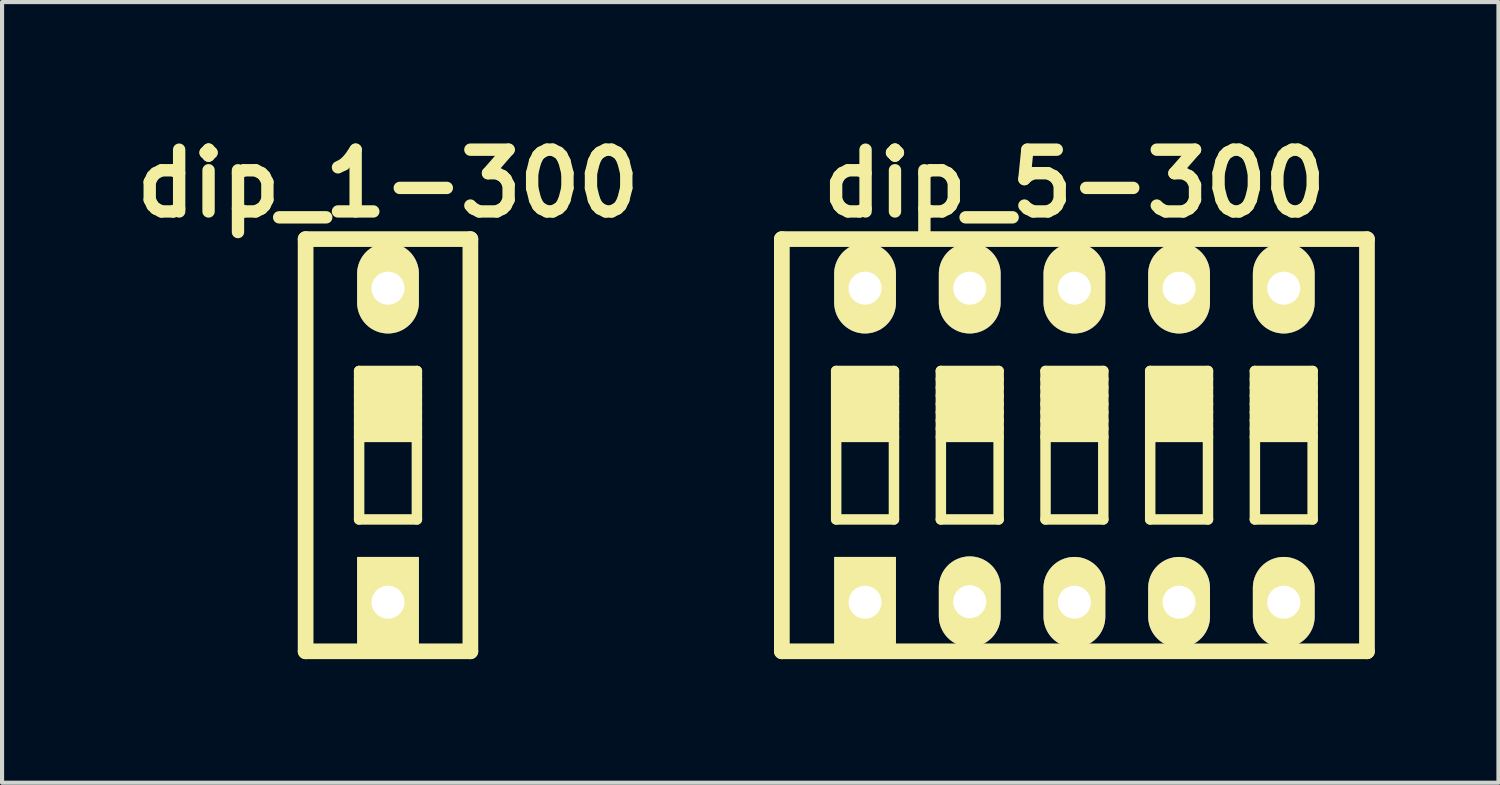
<source format=kicad_pcb>
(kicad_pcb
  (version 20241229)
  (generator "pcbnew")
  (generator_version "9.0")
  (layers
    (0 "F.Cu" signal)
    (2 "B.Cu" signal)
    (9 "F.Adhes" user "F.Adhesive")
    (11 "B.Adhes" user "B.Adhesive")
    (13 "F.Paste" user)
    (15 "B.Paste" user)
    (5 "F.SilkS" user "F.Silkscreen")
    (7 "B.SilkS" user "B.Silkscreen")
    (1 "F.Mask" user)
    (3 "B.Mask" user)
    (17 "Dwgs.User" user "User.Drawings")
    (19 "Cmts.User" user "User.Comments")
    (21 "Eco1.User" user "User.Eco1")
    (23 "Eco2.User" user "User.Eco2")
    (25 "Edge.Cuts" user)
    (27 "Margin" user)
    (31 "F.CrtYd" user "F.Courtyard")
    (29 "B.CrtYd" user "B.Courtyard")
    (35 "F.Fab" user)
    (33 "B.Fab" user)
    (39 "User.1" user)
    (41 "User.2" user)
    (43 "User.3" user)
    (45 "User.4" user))
  (footprint "dip_1-300"
    (layer "F.Cu")
    (at 6.365 7.753)
    (property "Reference" "dip_1-300" (at 0 -6.35 0) (layer "F.SilkS") (effects (font (size 1.499 1.499) (thickness 0.3))))
    (attr through_hole)
    (fp_line (start -1.999 -5.001) (end 1.999 -5.001) (stroke (width 0.381) (type solid)) (layer "F.SilkS"))
    (fp_line (start -1.999 5.001) (end -1.999 -5.001) (stroke (width 0.381) (type solid)) (layer "F.SilkS"))
    (fp_line (start -0.701 -1.801) (end -0.701 1.801) (stroke (width 0.254) (type solid)) (layer "F.SilkS"))
    (fp_line (start -0.701 -1.6) (end 0.701 -1.6) (stroke (width 0.254) (type solid)) (layer "F.SilkS"))
    (fp_line (start -0.701 -1.4) (end 0.701 -1.4) (stroke (width 0.254) (type solid)) (layer "F.SilkS"))
    (fp_line (start -0.701 -1.201) (end 0.701 -1.201) (stroke (width 0.254) (type solid)) (layer "F.SilkS"))
    (fp_line (start -0.701 -1.001) (end 0.701 -1.001) (stroke (width 0.254) (type solid)) (layer "F.SilkS"))
    (fp_line (start -0.701 -0.8) (end 0.701 -0.8) (stroke (width 0.254) (type solid)) (layer "F.SilkS"))
    (fp_line (start -0.701 -0.599) (end 0.701 -0.599) (stroke (width 0.254) (type solid)) (layer "F.SilkS"))
    (fp_line (start -0.701 -0.401) (end 0.701 -0.401) (stroke (width 0.254) (type solid)) (layer "F.SilkS"))
    (fp_line (start -0.701 -0.201) (end 0.701 -0.201) (stroke (width 0.254) (type solid)) (layer "F.SilkS"))
    (fp_line (start -0.701 1.801) (end 0.701 1.801) (stroke (width 0.254) (type solid)) (layer "F.SilkS"))
    (fp_line (start 0.701 -1.801) (end -0.701 -1.801) (stroke (width 0.254) (type solid)) (layer "F.SilkS"))
    (fp_line (start 0.701 1.801) (end 0.701 -1.801) (stroke (width 0.254) (type solid)) (layer "F.SilkS"))
    (fp_line (start 1.999 -5.001) (end 1.999 5.001) (stroke (width 0.381) (type solid)) (layer "F.SilkS"))
    (fp_line (start 1.999 5.001) (end -1.999 5.001) (stroke (width 0.381) (type solid)) (layer "F.SilkS"))
    (pad "1" thru_hole rect (at 0 3.81) (size 1.499 2.197) (drill 0.8) (layers "*.Cu" "*.Mask" "F.SilkS"))
    (pad "2" thru_hole oval (at 0 -3.81) (size 1.499 2.197) (drill 0.8) (layers "*.Cu" "*.Mask" "F.SilkS")))
  (footprint "dip_5-300"
    (layer "F.Cu")
    (at 23.021 7.753)
    (property "Reference" "dip_5-300" (at 0 -6.35 0) (layer "F.SilkS") (effects (font (size 1.499 1.499) (thickness 0.3))))
    (attr through_hole)
    (fp_line (start -7.099 5.001) (end -7.099 -5.001) (stroke (width 0.381) (type solid)) (layer "F.SilkS"))
    (fp_line (start -7.099 5.001) (end 7.099 5.001) (stroke (width 0.381) (type solid)) (layer "F.SilkS"))
    (fp_line (start -5.781 -1.801) (end -5.781 1.801) (stroke (width 0.254) (type solid)) (layer "F.SilkS"))
    (fp_line (start -5.781 -1.6) (end -4.379 -1.6) (stroke (width 0.254) (type solid)) (layer "F.SilkS"))
    (fp_line (start -5.781 -1.4) (end -4.379 -1.4) (stroke (width 0.254) (type solid)) (layer "F.SilkS"))
    (fp_line (start -5.781 -1.201) (end -4.379 -1.201) (stroke (width 0.254) (type solid)) (layer "F.SilkS"))
    (fp_line (start -5.781 -1.001) (end -4.379 -1.001) (stroke (width 0.254) (type solid)) (layer "F.SilkS"))
    (fp_line (start -5.781 -0.8) (end -4.379 -0.8) (stroke (width 0.254) (type solid)) (layer "F.SilkS"))
    (fp_line (start -5.781 -0.599) (end -4.379 -0.599) (stroke (width 0.254) (type solid)) (layer "F.SilkS"))
    (fp_line (start -5.781 -0.401) (end -4.379 -0.401) (stroke (width 0.254) (type solid)) (layer "F.SilkS"))
    (fp_line (start -5.781 -0.201) (end -4.379 -0.201) (stroke (width 0.254) (type solid)) (layer "F.SilkS"))
    (fp_line (start -5.781 1.801) (end -4.379 1.801) (stroke (width 0.254) (type solid)) (layer "F.SilkS"))
    (fp_line (start -4.379 -1.801) (end -5.781 -1.801) (stroke (width 0.254) (type solid)) (layer "F.SilkS"))
    (fp_line (start -4.379 1.801) (end -4.379 -1.801) (stroke (width 0.254) (type solid)) (layer "F.SilkS"))
    (fp_line (start -3.241 -1.801) (end -3.241 1.801) (stroke (width 0.254) (type solid)) (layer "F.SilkS"))
    (fp_line (start -3.241 -1.6) (end -1.839 -1.6) (stroke (width 0.254) (type solid)) (layer "F.SilkS"))
    (fp_line (start -3.241 -1.4) (end -1.839 -1.4) (stroke (width 0.254) (type solid)) (layer "F.SilkS"))
    (fp_line (start -3.241 -1.201) (end -1.839 -1.201) (stroke (width 0.254) (type solid)) (layer "F.SilkS"))
    (fp_line (start -3.241 -1.001) (end -1.839 -1.001) (stroke (width 0.254) (type solid)) (layer "F.SilkS"))
    (fp_line (start -3.241 -0.8) (end -1.839 -0.8) (stroke (width 0.254) (type solid)) (layer "F.SilkS"))
    (fp_line (start -3.241 -0.599) (end -1.839 -0.599) (stroke (width 0.254) (type solid)) (layer "F.SilkS"))
    (fp_line (start -3.241 -0.401) (end -1.839 -0.401) (stroke (width 0.254) (type solid)) (layer "F.SilkS"))
    (fp_line (start -3.241 -0.201) (end -1.839 -0.201) (stroke (width 0.254) (type solid)) (layer "F.SilkS"))
    (fp_line (start -3.241 1.801) (end -1.839 1.801) (stroke (width 0.254) (type solid)) (layer "F.SilkS"))
    (fp_line (start -1.839 -1.801) (end -3.241 -1.801) (stroke (width 0.254) (type solid)) (layer "F.SilkS"))
    (fp_line (start -1.839 1.801) (end -1.839 -1.801) (stroke (width 0.254) (type solid)) (layer "F.SilkS"))
    (fp_line (start -0.701 -1.801) (end -0.701 1.801) (stroke (width 0.254) (type solid)) (layer "F.SilkS"))
    (fp_line (start -0.701 -1.6) (end 0.701 -1.6) (stroke (width 0.254) (type solid)) (layer "F.SilkS"))
    (fp_line (start -0.701 -1.4) (end 0.701 -1.4) (stroke (width 0.254) (type solid)) (layer "F.SilkS"))
    (fp_line (start -0.701 -1.201) (end 0.701 -1.201) (stroke (width 0.254) (type solid)) (layer "F.SilkS"))
    (fp_line (start -0.701 -1.001) (end 0.701 -1.001) (stroke (width 0.254) (type solid)) (layer "F.SilkS"))
    (fp_line (start -0.701 -0.8) (end 0.701 -0.8) (stroke (width 0.254) (type solid)) (layer "F.SilkS"))
    (fp_line (start -0.701 -0.599) (end 0.701 -0.599) (stroke (width 0.254) (type solid)) (layer "F.SilkS"))
    (fp_line (start -0.701 -0.401) (end 0.701 -0.401) (stroke (width 0.254) (type solid)) (layer "F.SilkS"))
    (fp_line (start -0.701 -0.201) (end 0.701 -0.201) (stroke (width 0.254) (type solid)) (layer "F.SilkS"))
    (fp_line (start -0.701 1.801) (end 0.701 1.801) (stroke (width 0.254) (type solid)) (layer "F.SilkS"))
    (fp_line (start 0.701 -1.801) (end -0.701 -1.801) (stroke (width 0.254) (type solid)) (layer "F.SilkS"))
    (fp_line (start 0.701 1.801) (end 0.701 -1.801) (stroke (width 0.254) (type solid)) (layer "F.SilkS"))
    (fp_line (start 1.839 -1.801) (end 1.839 1.801) (stroke (width 0.254) (type solid)) (layer "F.SilkS"))
    (fp_line (start 1.839 -1.6) (end 3.241 -1.6) (stroke (width 0.254) (type solid)) (layer "F.SilkS"))
    (fp_line (start 1.839 -1.4) (end 3.241 -1.4) (stroke (width 0.254) (type solid)) (layer "F.SilkS"))
    (fp_line (start 1.839 -1.201) (end 3.241 -1.201) (stroke (width 0.254) (type solid)) (layer "F.SilkS"))
    (fp_line (start 1.839 -1.001) (end 3.241 -1.001) (stroke (width 0.254) (type solid)) (layer "F.SilkS"))
    (fp_line (start 1.839 -0.8) (end 3.241 -0.8) (stroke (width 0.254) (type solid)) (layer "F.SilkS"))
    (fp_line (start 1.839 -0.599) (end 3.241 -0.599) (stroke (width 0.254) (type solid)) (layer "F.SilkS"))
    (fp_line (start 1.839 -0.401) (end 3.241 -0.401) (stroke (width 0.254) (type solid)) (layer "F.SilkS"))
    (fp_line (start 1.839 -0.201) (end 3.241 -0.201) (stroke (width 0.254) (type solid)) (layer "F.SilkS"))
    (fp_line (start 1.839 1.801) (end 3.241 1.801) (stroke (width 0.254) (type solid)) (layer "F.SilkS"))
    (fp_line (start 3.241 -1.801) (end 1.839 -1.801) (stroke (width 0.254) (type solid)) (layer "F.SilkS"))
    (fp_line (start 3.241 1.801) (end 3.241 -1.801) (stroke (width 0.254) (type solid)) (layer "F.SilkS"))
    (fp_line (start 4.379 -1.801) (end 4.379 1.801) (stroke (width 0.254) (type solid)) (layer "F.SilkS"))
    (fp_line (start 4.379 -1.6) (end 5.781 -1.6) (stroke (width 0.254) (type solid)) (layer "F.SilkS"))
    (fp_line (start 4.379 -1.4) (end 5.781 -1.4) (stroke (width 0.254) (type solid)) (layer "F.SilkS"))
    (fp_line (start 4.379 -1.201) (end 5.781 -1.201) (stroke (width 0.254) (type solid)) (layer "F.SilkS"))
    (fp_line (start 4.379 -1.001) (end 5.781 -1.001) (stroke (width 0.254) (type solid)) (layer "F.SilkS"))
    (fp_line (start 4.379 -0.8) (end 5.781 -0.8) (stroke (width 0.254) (type solid)) (layer "F.SilkS"))
    (fp_line (start 4.379 -0.599) (end 5.781 -0.599) (stroke (width 0.254) (type solid)) (layer "F.SilkS"))
    (fp_line (start 4.379 -0.401) (end 5.781 -0.401) (stroke (width 0.254) (type solid)) (layer "F.SilkS"))
    (fp_line (start 4.379 -0.201) (end 5.781 -0.201) (stroke (width 0.254) (type solid)) (layer "F.SilkS"))
    (fp_line (start 4.379 1.801) (end 5.781 1.801) (stroke (width 0.254) (type solid)) (layer "F.SilkS"))
    (fp_line (start 5.781 -1.801) (end 4.379 -1.801) (stroke (width 0.254) (type solid)) (layer "F.SilkS"))
    (fp_line (start 5.781 1.801) (end 5.781 -1.801) (stroke (width 0.254) (type solid)) (layer "F.SilkS"))
    (fp_line (start 7.099 -5.001) (end -7.099 -5.001) (stroke (width 0.381) (type solid)) (layer "F.SilkS"))
    (fp_line (start 7.099 -4.999) (end 7.099 5.001) (stroke (width 0.381) (type solid)) (layer "F.SilkS"))
    (pad "1" thru_hole rect (at -5.08 3.81) (size 1.499 2.197) (drill 0.8) (layers "*.Cu" "*.Mask" "F.SilkS"))
    (pad "2" thru_hole oval (at -2.54 3.797) (size 1.499 2.197) (drill 0.8) (layers "*.Cu" "*.Mask" "F.SilkS"))
    (pad "3" thru_hole oval (at 0 3.81) (size 1.499 2.197) (drill 0.8) (layers "*.Cu" "*.Mask" "F.SilkS"))
    (pad "4" thru_hole oval (at 2.54 3.81) (size 1.499 2.197) (drill 0.8) (layers "*.Cu" "*.Mask" "F.SilkS"))
    (pad "5" thru_hole oval (at 5.08 3.81) (size 1.499 2.197) (drill 0.8) (layers "*.Cu" "*.Mask" "F.SilkS"))
    (pad "6" thru_hole oval (at 5.08 -3.81) (size 1.499 2.197) (drill 0.8) (layers "*.Cu" "*.Mask" "F.SilkS"))
    (pad "7" thru_hole oval (at 2.54 -3.81) (size 1.499 2.197) (drill 0.8) (layers "*.Cu" "*.Mask" "F.SilkS"))
    (pad "8" thru_hole oval (at 0 -3.81) (size 1.499 2.197) (drill 0.8) (layers "*.Cu" "*.Mask" "F.SilkS"))
    (pad "9" thru_hole oval (at -2.54 -3.81) (size 1.499 2.197) (drill 0.8) (layers "*.Cu" "*.Mask" "F.SilkS"))
    (pad "10" thru_hole oval (at -5.08 -3.81) (size 1.499 2.197) (drill 0.8) (layers "*.Cu" "*.Mask" "F.SilkS")))
  (gr_rect
    (start -3 -3)
    (end 33.311 15.944)
    (stroke (width 0.1) (type default))
    (fill no)
    (layer "Edge.Cuts")))
</source>
